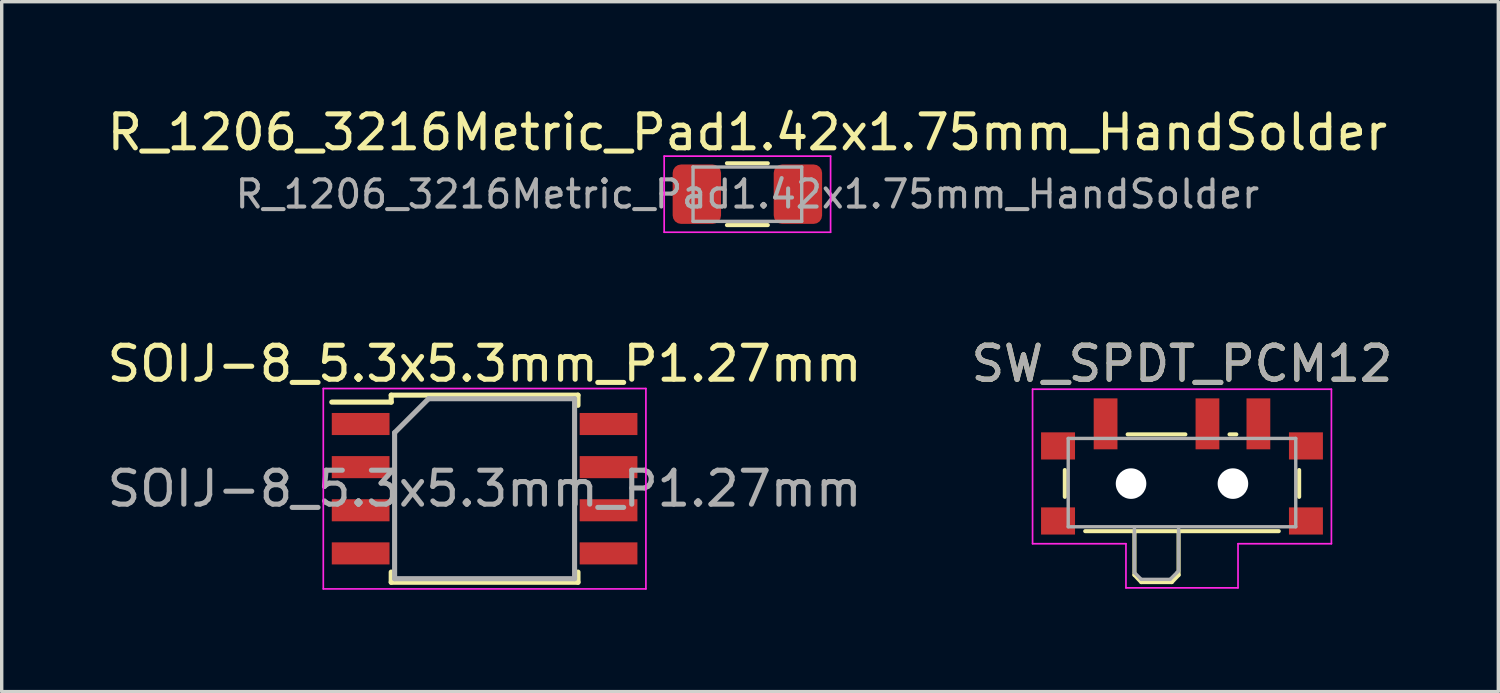
<source format=kicad_pcb>
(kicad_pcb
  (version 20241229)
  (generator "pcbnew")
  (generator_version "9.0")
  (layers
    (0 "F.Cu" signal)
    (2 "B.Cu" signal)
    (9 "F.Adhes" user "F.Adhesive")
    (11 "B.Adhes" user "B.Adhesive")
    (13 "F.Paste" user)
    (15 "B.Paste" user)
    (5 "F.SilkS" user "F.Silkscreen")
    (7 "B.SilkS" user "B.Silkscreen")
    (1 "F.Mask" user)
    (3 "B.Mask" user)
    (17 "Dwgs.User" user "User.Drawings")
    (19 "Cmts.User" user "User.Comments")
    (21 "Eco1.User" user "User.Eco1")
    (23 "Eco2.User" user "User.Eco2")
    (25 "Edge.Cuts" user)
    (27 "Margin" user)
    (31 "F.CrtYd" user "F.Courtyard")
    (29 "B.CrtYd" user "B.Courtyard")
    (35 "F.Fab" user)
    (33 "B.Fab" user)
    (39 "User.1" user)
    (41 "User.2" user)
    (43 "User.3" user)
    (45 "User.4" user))
  (footprint "R_1206_3216Metric_Pad1.42x1.75mm_HandSolder"
    (layer "F.Cu")
    (at 18.958 2.668)
    (property "Reference" "R_1206_3216Metric_Pad1.42x1.75mm_HandSolder" (at 0 -1.82 180) (layer "F.SilkS") (effects (font (size 1 1) (thickness 0.15))))
    (attr smd)
    (fp_line (start -0.602 -0.91) (end 0.602 -0.91) (stroke (width 0.12) (type solid)) (layer "F.SilkS"))
    (fp_line (start -0.602 0.91) (end 0.602 0.91) (stroke (width 0.12) (type solid)) (layer "F.SilkS"))
    (fp_line (start -2.45 -1.12) (end 2.45 -1.12) (stroke (width 0.05) (type solid)) (layer "F.CrtYd"))
    (fp_line (start -2.45 1.12) (end -2.45 -1.12) (stroke (width 0.05) (type solid)) (layer "F.CrtYd"))
    (fp_line (start 2.45 -1.12) (end 2.45 1.12) (stroke (width 0.05) (type solid)) (layer "F.CrtYd"))
    (fp_line (start 2.45 1.12) (end -2.45 1.12) (stroke (width 0.05) (type solid)) (layer "F.CrtYd"))
    (fp_line (start -1.6 -0.8) (end 1.6 -0.8) (stroke (width 0.1) (type solid)) (layer "F.Fab"))
    (fp_line (start -1.6 0.8) (end -1.6 -0.8) (stroke (width 0.1) (type solid)) (layer "F.Fab"))
    (fp_line (start 1.6 -0.8) (end 1.6 0.8) (stroke (width 0.1) (type solid)) (layer "F.Fab"))
    (fp_line (start 1.6 0.8) (end -1.6 0.8) (stroke (width 0.1) (type solid)) (layer "F.Fab"))
    (fp_text user "${REFERENCE}" (at 0 0 180) (layer "F.Fab") (effects (font (size 0.8 0.8) (thickness 0.12))))
    (pad "1" smd roundrect (at -1.488 0) (size 1.425 1.75) (layers "F.Cu" "F.Mask" "F.Paste") (roundrect_rratio 0.175))
    (pad "2" smd roundrect (at 1.488 0) (size 1.425 1.75) (layers "F.Cu" "F.Mask" "F.Paste") (roundrect_rratio 0.175)))
  (footprint "SOIJ-8_5.3x5.3mm_P1.27mm"
    (layer "F.Cu")
    (at 11.22 11.341)
    (property "Reference" "SOIJ-8_5.3x5.3mm_P1.27mm" (at 0 -3.68 180) (layer "F.SilkS") (effects (font (size 1 1) (thickness 0.15))))
    (attr smd)
    (fp_line (start -2.75 -2.755) (end -2.75 -2.55) (stroke (width 0.15) (type solid)) (layer "F.SilkS"))
    (fp_line (start -2.75 -2.755) (end 2.75 -2.755) (stroke (width 0.15) (type solid)) (layer "F.SilkS"))
    (fp_line (start -2.75 -2.55) (end -4.5 -2.55) (stroke (width 0.15) (type solid)) (layer "F.SilkS"))
    (fp_line (start -2.75 2.755) (end -2.75 2.455) (stroke (width 0.15) (type solid)) (layer "F.SilkS"))
    (fp_line (start -2.75 2.755) (end 2.75 2.755) (stroke (width 0.15) (type solid)) (layer "F.SilkS"))
    (fp_line (start 2.75 -2.755) (end 2.75 -2.455) (stroke (width 0.15) (type solid)) (layer "F.SilkS"))
    (fp_line (start 2.75 2.755) (end 2.75 2.455) (stroke (width 0.15) (type solid)) (layer "F.SilkS"))
    (fp_line (start -4.75 -2.95) (end -4.75 2.95) (stroke (width 0.05) (type solid)) (layer "F.CrtYd"))
    (fp_line (start -4.75 -2.95) (end 4.75 -2.95) (stroke (width 0.05) (type solid)) (layer "F.CrtYd"))
    (fp_line (start -4.75 2.95) (end 4.75 2.95) (stroke (width 0.05) (type solid)) (layer "F.CrtYd"))
    (fp_line (start 4.75 -2.95) (end 4.75 2.95) (stroke (width 0.05) (type solid)) (layer "F.CrtYd"))
    (fp_line (start -2.65 -1.65) (end -1.65 -2.65) (stroke (width 0.15) (type solid)) (layer "F.Fab"))
    (fp_line (start -2.65 2.65) (end -2.65 -1.65) (stroke (width 0.15) (type solid)) (layer "F.Fab"))
    (fp_line (start -1.65 -2.65) (end 2.65 -2.65) (stroke (width 0.15) (type solid)) (layer "F.Fab"))
    (fp_line (start 2.65 -2.65) (end 2.65 2.65) (stroke (width 0.15) (type solid)) (layer "F.Fab"))
    (fp_line (start 2.65 2.65) (end -2.65 2.65) (stroke (width 0.15) (type solid)) (layer "F.Fab"))
    (fp_text user "${REFERENCE}" (at 0 0 180) (layer "F.Fab") (effects (font (size 1 1) (thickness 0.15))))
    (pad "1" smd rect (at -3.65 -1.905) (size 1.7 0.65) (layers "F.Cu" "F.Mask" "F.Paste"))
    (pad "2" smd rect (at -3.65 -0.635) (size 1.7 0.65) (layers "F.Cu" "F.Mask" "F.Paste"))
    (pad "3" smd rect (at -3.65 0.635) (size 1.7 0.65) (layers "F.Cu" "F.Mask" "F.Paste"))
    (pad "4" smd rect (at -3.65 1.905) (size 1.7 0.65) (layers "F.Cu" "F.Mask" "F.Paste"))
    (pad "5" smd rect (at 3.65 1.905) (size 1.7 0.65) (layers "F.Cu" "F.Mask" "F.Paste"))
    (pad "6" smd rect (at 3.65 0.635) (size 1.7 0.65) (layers "F.Cu" "F.Mask" "F.Paste"))
    (pad "7" smd rect (at 3.65 -0.635) (size 1.7 0.65) (layers "F.Cu" "F.Mask" "F.Paste"))
    (pad "8" smd rect (at 3.65 -1.905) (size 1.7 0.65) (layers "F.Cu" "F.Mask" "F.Paste")))
  (footprint "SW_SPDT_PCM12"
    (layer "F.Cu")
    (at 31.756 10.861)
    (property "Reference" "SW_SPDT_PCM12" (at 0 -3.2 180) (layer "F.SilkS") (effects (font (size 1 1) (thickness 0.15))))
    (attr smd)
    (fp_line (start -3.45 -0.07) (end -3.45 0.72) (stroke (width 0.12) (type solid)) (layer "F.SilkS"))
    (fp_line (start -2.85 1.73) (end 2.85 1.73) (stroke (width 0.12) (type solid)) (layer "F.SilkS"))
    (fp_line (start -1.6 -1.12) (end 0.1 -1.12) (stroke (width 0.12) (type solid)) (layer "F.SilkS"))
    (fp_line (start -1.4 1.73) (end -1.4 3.02) (stroke (width 0.12) (type solid)) (layer "F.SilkS"))
    (fp_line (start -1.4 3.02) (end -1.2 3.23) (stroke (width 0.12) (type solid)) (layer "F.SilkS"))
    (fp_line (start -1.2 3.23) (end -0.3 3.23) (stroke (width 0.12) (type solid)) (layer "F.SilkS"))
    (fp_line (start -0.1 3.02) (end -0.3 3.23) (stroke (width 0.12) (type solid)) (layer "F.SilkS"))
    (fp_line (start -0.1 3.02) (end -0.1 1.73) (stroke (width 0.12) (type solid)) (layer "F.SilkS"))
    (fp_line (start 1.4 -1.12) (end 1.6 -1.12) (stroke (width 0.12) (type solid)) (layer "F.SilkS"))
    (fp_line (start 3.45 0.72) (end 3.45 -0.07) (stroke (width 0.12) (type solid)) (layer "F.SilkS"))
    (fp_line (start -4.4 -2.45) (end 4.4 -2.45) (stroke (width 0.05) (type solid)) (layer "F.CrtYd"))
    (fp_line (start -4.4 2.1) (end -4.4 -2.45) (stroke (width 0.05) (type solid)) (layer "F.CrtYd"))
    (fp_line (start -1.65 2.1) (end -4.4 2.1) (stroke (width 0.05) (type solid)) (layer "F.CrtYd"))
    (fp_line (start -1.65 3.4) (end -1.65 2.1) (stroke (width 0.05) (type solid)) (layer "F.CrtYd"))
    (fp_line (start 1.65 2.1) (end 1.65 3.4) (stroke (width 0.05) (type solid)) (layer "F.CrtYd"))
    (fp_line (start 1.65 3.4) (end -1.65 3.4) (stroke (width 0.05) (type solid)) (layer "F.CrtYd"))
    (fp_line (start 4.4 -2.45) (end 4.4 2.1) (stroke (width 0.05) (type solid)) (layer "F.CrtYd"))
    (fp_line (start 4.4 2.1) (end 1.65 2.1) (stroke (width 0.05) (type solid)) (layer "F.CrtYd"))
    (fp_line (start -3.35 -1) (end -3.35 1.6) (stroke (width 0.1) (type solid)) (layer "F.Fab"))
    (fp_line (start -3.35 1.6) (end 3.35 1.6) (stroke (width 0.1) (type solid)) (layer "F.Fab"))
    (fp_line (start -1.4 1.65) (end -1.4 2.95) (stroke (width 0.1) (type solid)) (layer "F.Fab"))
    (fp_line (start -1.4 2.95) (end -1.2 3.15) (stroke (width 0.1) (type solid)) (layer "F.Fab"))
    (fp_line (start -1.2 3.15) (end -0.35 3.15) (stroke (width 0.1) (type solid)) (layer "F.Fab"))
    (fp_line (start -0.35 3.15) (end -0.15 2.95) (stroke (width 0.1) (type solid)) (layer "F.Fab"))
    (fp_line (start -0.15 2.95) (end -0.1 2.9) (stroke (width 0.1) (type solid)) (layer "F.Fab"))
    (fp_line (start -0.1 2.9) (end -0.1 1.6) (stroke (width 0.1) (type solid)) (layer "F.Fab"))
    (fp_line (start 3.35 -1) (end -3.35 -1) (stroke (width 0.1) (type solid)) (layer "F.Fab"))
    (fp_line (start 3.35 1.6) (end 3.35 -1) (stroke (width 0.1) (type solid)) (layer "F.Fab"))
    (fp_text user "${REFERENCE}" (at 0 -3.2 180) (layer "F.Fab") (effects (font (size 1 1) (thickness 0.15))))
    (pad "" smd rect (at -3.65 -0.78) (size 1 0.8) (layers "F.Cu" "F.Mask" "F.Paste"))
    (pad "" smd rect (at -3.65 1.43) (size 1 0.8) (layers "F.Cu" "F.Mask" "F.Paste"))
    (pad "" np_thru_hole circle (at -1.5 0.33) (size 0.9 0.9) (drill 0.9) (layers "*.Cu" "*.Mask"))
    (pad "" np_thru_hole circle (at 1.5 0.33) (size 0.9 0.9) (drill 0.9) (layers "*.Cu" "*.Mask"))
    (pad "" smd rect (at 3.65 -0.78) (size 1 0.8) (layers "F.Cu" "F.Mask" "F.Paste"))
    (pad "" smd rect (at 3.65 1.43) (size 1 0.8) (layers "F.Cu" "F.Mask" "F.Paste"))
    (pad "1" smd rect (at -2.25 -1.43) (size 0.7 1.5) (layers "F.Cu" "F.Mask" "F.Paste"))
    (pad "2" smd rect (at 0.75 -1.43) (size 0.7 1.5) (layers "F.Cu" "F.Mask" "F.Paste"))
    (pad "3" smd rect (at 2.25 -1.43) (size 0.7 1.5) (layers "F.Cu" "F.Mask" "F.Paste")))
  (gr_rect
    (start -3 -3)
    (end 41.071 17.317)
    (stroke (width 0.1) (type default))
    (fill no)
    (layer "Edge.Cuts")))
</source>
